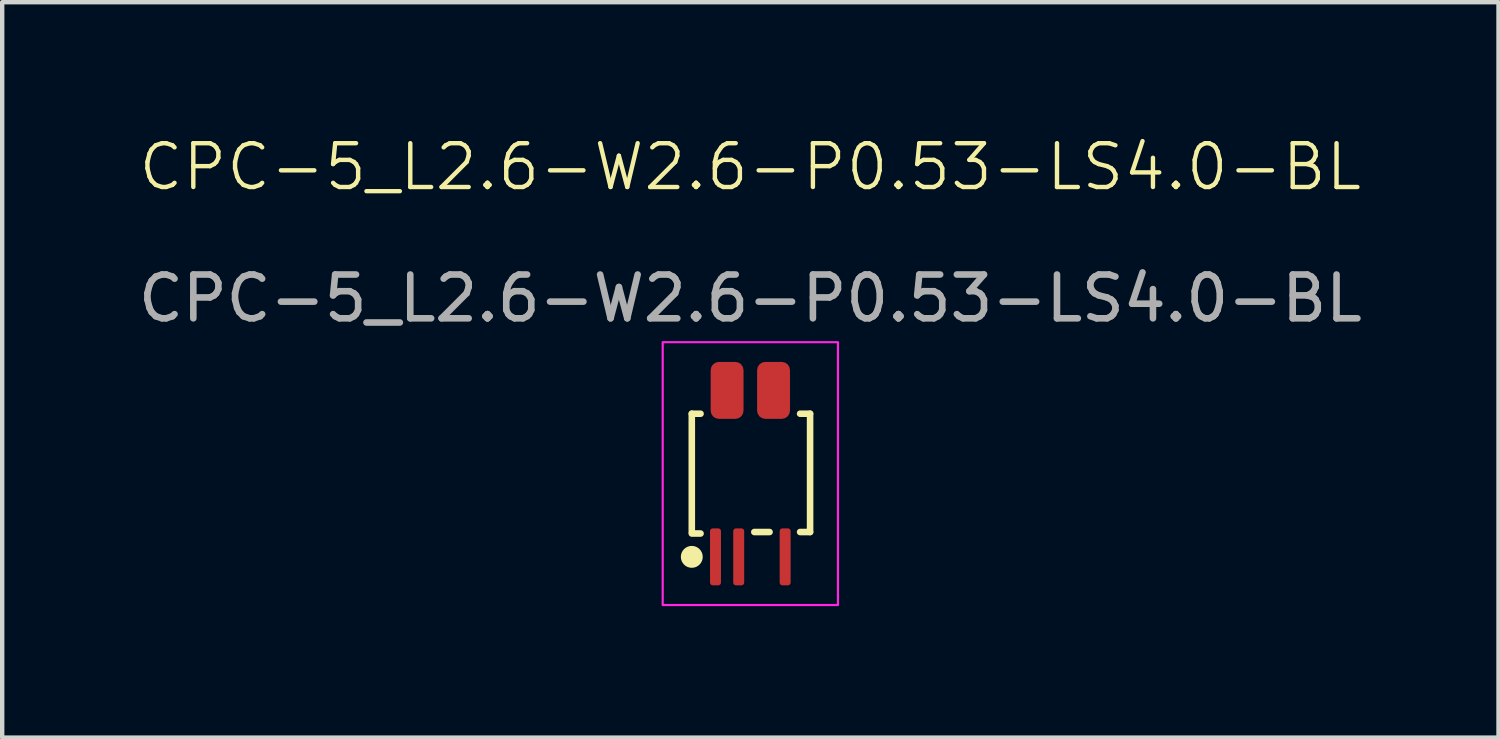
<source format=kicad_pcb>
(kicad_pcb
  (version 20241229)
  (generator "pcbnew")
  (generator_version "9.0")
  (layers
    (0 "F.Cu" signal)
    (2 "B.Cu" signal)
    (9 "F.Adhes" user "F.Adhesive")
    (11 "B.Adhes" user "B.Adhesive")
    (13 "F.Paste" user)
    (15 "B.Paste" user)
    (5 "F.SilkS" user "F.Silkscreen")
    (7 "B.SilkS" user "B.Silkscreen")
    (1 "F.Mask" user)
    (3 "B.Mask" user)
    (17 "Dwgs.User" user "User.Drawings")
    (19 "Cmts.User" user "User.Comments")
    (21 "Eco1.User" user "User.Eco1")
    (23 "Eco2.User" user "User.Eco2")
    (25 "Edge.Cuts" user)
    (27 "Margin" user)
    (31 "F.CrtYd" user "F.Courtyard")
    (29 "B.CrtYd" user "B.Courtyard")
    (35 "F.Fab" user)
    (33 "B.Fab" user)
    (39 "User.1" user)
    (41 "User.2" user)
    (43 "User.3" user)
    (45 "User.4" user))
  (footprint "CPC-5_L2.6-W2.6-P0.53-LS4.0-BL"
    (layer "F.Cu")
    (at 14.077 7.761)
    (property "Reference" "CPC-5_L2.6-W2.6-P0.53-LS4.0-BL" (at 0 -7 0) (unlocked yes) (layer "F.SilkS") (effects (font (size 1 1) (thickness 0.1))))
    (attr smd)
    (fp_line (start -1.336 -1.367) (end -1.336 1.333) (stroke (width 0.15) (type default)) (layer "F.SilkS"))
    (fp_line (start -1.336 -1.367) (end -1.136 -1.367) (stroke (width 0.15) (type default)) (layer "F.SilkS"))
    (fp_line (start -1.336 1.367) (end -1.136 1.367) (stroke (width 0.15) (type default)) (layer "F.SilkS"))
    (fp_line (start 0.091 1.333) (end 0.439 1.333) (stroke (width 0.15) (type default)) (layer "F.SilkS"))
    (fp_line (start 1.136 -1.367) (end 1.364 -1.367) (stroke (width 0.15) (type default)) (layer "F.SilkS"))
    (fp_line (start 1.136 1.333) (end 1.364 1.333) (stroke (width 0.15) (type default)) (layer "F.SilkS"))
    (fp_line (start 1.364 -1.367) (end 1.364 1.333) (stroke (width 0.15) (type default)) (layer "F.SilkS"))
    (fp_circle (center -1.336 1.9) (end -1.136 1.9) (stroke (width 0.1) (type solid)) (fill yes) (layer "F.SilkS"))
    (fp_rect (start -2 -3) (end 2 3) (stroke (width 0.05) (type default)) (fill no) (layer "F.CrtYd"))
    (fp_text user "${REFERENCE}" (at 0 -4 0) (unlocked yes) (layer "F.Fab") (effects (font (size 1 1) (thickness 0.15))))
    (pad "1" smd roundrect (at -0.795 1.9) (size 0.25 1.3) (layers "F.Cu" "F.Mask" "F.Paste") (roundrect_rratio 0.25))
    (pad "2" smd roundrect (at -0.265 1.9) (size 0.25 1.3) (layers "F.Cu" "F.Mask" "F.Paste") (roundrect_rratio 0.25))
    (pad "3" smd roundrect (at 0.795 1.9) (size 0.25 1.3) (layers "F.Cu" "F.Mask" "F.Paste") (roundrect_rratio 0.25))
    (pad "4" smd roundrect (at 0.53 -1.9) (size 0.75 1.3) (layers "F.Cu" "F.Mask" "F.Paste") (roundrect_rratio 0.25))
    (pad "5" smd roundrect (at -0.53 -1.9) (size 0.75 1.3) (layers "F.Cu" "F.Mask" "F.Paste") (roundrect_rratio 0.25)))
  (gr_rect
    (start -3 -3)
    (end 31.155 13.786)
    (stroke (width 0.1) (type default))
    (fill no)
    (layer "Edge.Cuts")))
</source>
